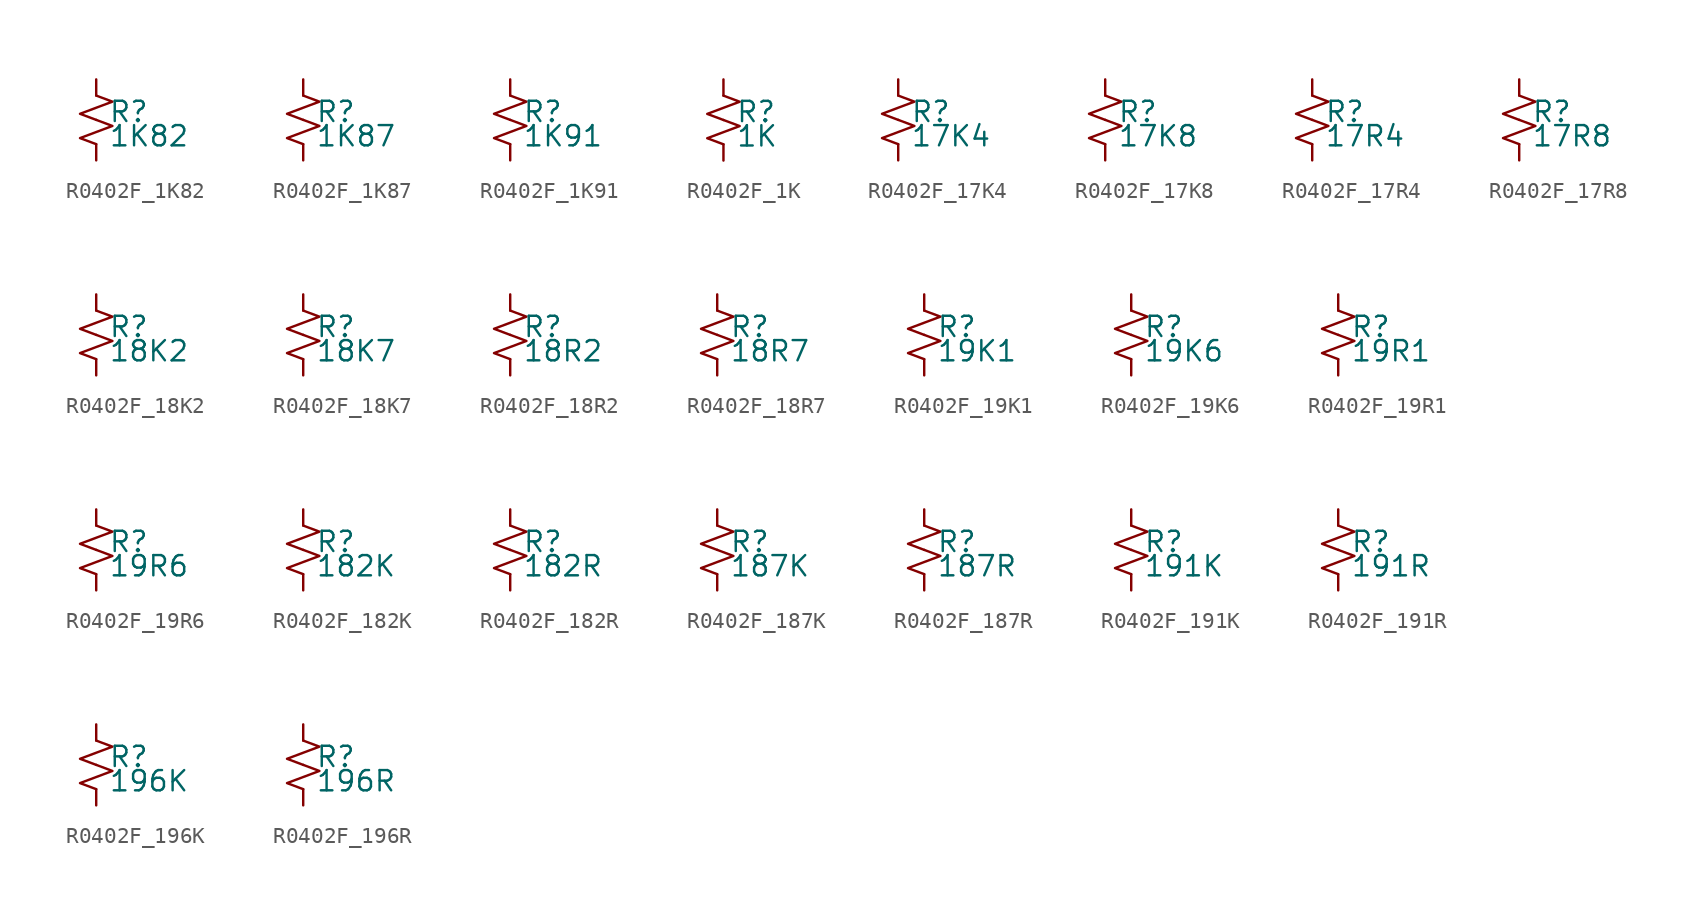
<source format=kicad_sym>
(kicad_symbol_lib
  (version 20220914)
  (generator kicad_symbol_editor)
  (symbol "R0402F_1K82"
    (pin_numbers hide)
    (pin_names
      (offset 0.254) hide)
    (property "Reference" "R"
      (at 0.762 0.508 0)
      (effects (font (size 1.27 1.27)) (justify left)))
    (property "Value" "1K82"
      (at 0.762 -1.016 0)
      (effects (font (size 1.27 1.27)) (justify left)))
    (symbol "R0402F_1K82_1_1"
      (polyline (pts (xy 0 0) (xy 1.016 -0.381) (xy 0 -0.762) (xy -1.016 -1.143) (xy 0 -1.524)) (stroke (width 0) (type default)) (fill (type none)))
      (polyline (pts (xy 0 1.524) (xy 1.016 1.143) (xy 0 0.762) (xy -1.016 0.381) (xy 0 0)) (stroke (width 0) (type default)) (fill (type none)))
      (pin passive line (at 0 2.54 270) (length 1.016) (name "~" (effects (font (size 1.27 1.27)))) (number "1" (effects (font (size 1.27 1.27)))))
      (pin passive line (at 0 -2.54 90) (length 1.016) (name "~" (effects (font (size 1.27 1.27)))) (number "2" (effects (font (size 1.27 1.27)))))))
  (symbol "R0402F_1K87"
    (pin_numbers hide)
    (pin_names
      (offset 0.254) hide)
    (property "Reference" "R"
      (at 0.762 0.508 0)
      (effects (font (size 1.27 1.27)) (justify left)))
    (property "Value" "1K87"
      (at 0.762 -1.016 0)
      (effects (font (size 1.27 1.27)) (justify left)))
    (symbol "R0402F_1K87_1_1"
      (polyline (pts (xy 0 0) (xy 1.016 -0.381) (xy 0 -0.762) (xy -1.016 -1.143) (xy 0 -1.524)) (stroke (width 0) (type default)) (fill (type none)))
      (polyline (pts (xy 0 1.524) (xy 1.016 1.143) (xy 0 0.762) (xy -1.016 0.381) (xy 0 0)) (stroke (width 0) (type default)) (fill (type none)))
      (pin passive line (at 0 2.54 270) (length 1.016) (name "~" (effects (font (size 1.27 1.27)))) (number "1" (effects (font (size 1.27 1.27)))))
      (pin passive line (at 0 -2.54 90) (length 1.016) (name "~" (effects (font (size 1.27 1.27)))) (number "2" (effects (font (size 1.27 1.27)))))))
  (symbol "R0402F_1K91"
    (pin_numbers hide)
    (pin_names
      (offset 0.254) hide)
    (property "Reference" "R"
      (at 0.762 0.508 0)
      (effects (font (size 1.27 1.27)) (justify left)))
    (property "Value" "1K91"
      (at 0.762 -1.016 0)
      (effects (font (size 1.27 1.27)) (justify left)))
    (symbol "R0402F_1K91_1_1"
      (polyline (pts (xy 0 0) (xy 1.016 -0.381) (xy 0 -0.762) (xy -1.016 -1.143) (xy 0 -1.524)) (stroke (width 0) (type default)) (fill (type none)))
      (polyline (pts (xy 0 1.524) (xy 1.016 1.143) (xy 0 0.762) (xy -1.016 0.381) (xy 0 0)) (stroke (width 0) (type default)) (fill (type none)))
      (pin passive line (at 0 2.54 270) (length 1.016) (name "~" (effects (font (size 1.27 1.27)))) (number "1" (effects (font (size 1.27 1.27)))))
      (pin passive line (at 0 -2.54 90) (length 1.016) (name "~" (effects (font (size 1.27 1.27)))) (number "2" (effects (font (size 1.27 1.27)))))))
  (symbol "R0402F_1K"
    (pin_numbers hide)
    (pin_names
      (offset 0.254) hide)
    (property "Reference" "R"
      (at 0.762 0.508 0)
      (effects (font (size 1.27 1.27)) (justify left)))
    (property "Value" "1K"
      (at 0.762 -1.016 0)
      (effects (font (size 1.27 1.27)) (justify left)))
    (symbol "R0402F_1K_1_1"
      (polyline (pts (xy 0 0) (xy 1.016 -0.381) (xy 0 -0.762) (xy -1.016 -1.143) (xy 0 -1.524)) (stroke (width 0) (type default)) (fill (type none)))
      (polyline (pts (xy 0 1.524) (xy 1.016 1.143) (xy 0 0.762) (xy -1.016 0.381) (xy 0 0)) (stroke (width 0) (type default)) (fill (type none)))
      (pin passive line (at 0 2.54 270) (length 1.016) (name "~" (effects (font (size 1.27 1.27)))) (number "1" (effects (font (size 1.27 1.27)))))
      (pin passive line (at 0 -2.54 90) (length 1.016) (name "~" (effects (font (size 1.27 1.27)))) (number "2" (effects (font (size 1.27 1.27)))))))
  (symbol "R0402F_17K4"
    (pin_numbers hide)
    (pin_names
      (offset 0.254) hide)
    (property "Reference" "R"
      (at 0.762 0.508 0)
      (effects (font (size 1.27 1.27)) (justify left)))
    (property "Value" "17K4"
      (at 0.762 -1.016 0)
      (effects (font (size 1.27 1.27)) (justify left)))
    (symbol "R0402F_17K4_1_1"
      (polyline (pts (xy 0 0) (xy 1.016 -0.381) (xy 0 -0.762) (xy -1.016 -1.143) (xy 0 -1.524)) (stroke (width 0) (type default)) (fill (type none)))
      (polyline (pts (xy 0 1.524) (xy 1.016 1.143) (xy 0 0.762) (xy -1.016 0.381) (xy 0 0)) (stroke (width 0) (type default)) (fill (type none)))
      (pin passive line (at 0 2.54 270) (length 1.016) (name "~" (effects (font (size 1.27 1.27)))) (number "1" (effects (font (size 1.27 1.27)))))
      (pin passive line (at 0 -2.54 90) (length 1.016) (name "~" (effects (font (size 1.27 1.27)))) (number "2" (effects (font (size 1.27 1.27)))))))
  (symbol "R0402F_17K8"
    (pin_numbers hide)
    (pin_names
      (offset 0.254) hide)
    (property "Reference" "R"
      (at 0.762 0.508 0)
      (effects (font (size 1.27 1.27)) (justify left)))
    (property "Value" "17K8"
      (at 0.762 -1.016 0)
      (effects (font (size 1.27 1.27)) (justify left)))
    (symbol "R0402F_17K8_1_1"
      (polyline (pts (xy 0 0) (xy 1.016 -0.381) (xy 0 -0.762) (xy -1.016 -1.143) (xy 0 -1.524)) (stroke (width 0) (type default)) (fill (type none)))
      (polyline (pts (xy 0 1.524) (xy 1.016 1.143) (xy 0 0.762) (xy -1.016 0.381) (xy 0 0)) (stroke (width 0) (type default)) (fill (type none)))
      (pin passive line (at 0 2.54 270) (length 1.016) (name "~" (effects (font (size 1.27 1.27)))) (number "1" (effects (font (size 1.27 1.27)))))
      (pin passive line (at 0 -2.54 90) (length 1.016) (name "~" (effects (font (size 1.27 1.27)))) (number "2" (effects (font (size 1.27 1.27)))))))
  (symbol "R0402F_17R4"
    (pin_numbers hide)
    (pin_names
      (offset 0.254) hide)
    (property "Reference" "R"
      (at 0.762 0.508 0)
      (effects (font (size 1.27 1.27)) (justify left)))
    (property "Value" "17R4"
      (at 0.762 -1.016 0)
      (effects (font (size 1.27 1.27)) (justify left)))
    (symbol "R0402F_17R4_1_1"
      (polyline (pts (xy 0 0) (xy 1.016 -0.381) (xy 0 -0.762) (xy -1.016 -1.143) (xy 0 -1.524)) (stroke (width 0) (type default)) (fill (type none)))
      (polyline (pts (xy 0 1.524) (xy 1.016 1.143) (xy 0 0.762) (xy -1.016 0.381) (xy 0 0)) (stroke (width 0) (type default)) (fill (type none)))
      (pin passive line (at 0 2.54 270) (length 1.016) (name "~" (effects (font (size 1.27 1.27)))) (number "1" (effects (font (size 1.27 1.27)))))
      (pin passive line (at 0 -2.54 90) (length 1.016) (name "~" (effects (font (size 1.27 1.27)))) (number "2" (effects (font (size 1.27 1.27)))))))
  (symbol "R0402F_17R8"
    (pin_numbers hide)
    (pin_names
      (offset 0.254) hide)
    (property "Reference" "R"
      (at 0.762 0.508 0)
      (effects (font (size 1.27 1.27)) (justify left)))
    (property "Value" "17R8"
      (at 0.762 -1.016 0)
      (effects (font (size 1.27 1.27)) (justify left)))
    (symbol "R0402F_17R8_1_1"
      (polyline (pts (xy 0 0) (xy 1.016 -0.381) (xy 0 -0.762) (xy -1.016 -1.143) (xy 0 -1.524)) (stroke (width 0) (type default)) (fill (type none)))
      (polyline (pts (xy 0 1.524) (xy 1.016 1.143) (xy 0 0.762) (xy -1.016 0.381) (xy 0 0)) (stroke (width 0) (type default)) (fill (type none)))
      (pin passive line (at 0 2.54 270) (length 1.016) (name "~" (effects (font (size 1.27 1.27)))) (number "1" (effects (font (size 1.27 1.27)))))
      (pin passive line (at 0 -2.54 90) (length 1.016) (name "~" (effects (font (size 1.27 1.27)))) (number "2" (effects (font (size 1.27 1.27)))))))
  (symbol "R0402F_18K2"
    (pin_numbers hide)
    (pin_names
      (offset 0.254) hide)
    (property "Reference" "R"
      (at 0.762 0.508 0)
      (effects (font (size 1.27 1.27)) (justify left)))
    (property "Value" "18K2"
      (at 0.762 -1.016 0)
      (effects (font (size 1.27 1.27)) (justify left)))
    (symbol "R0402F_18K2_1_1"
      (polyline (pts (xy 0 0) (xy 1.016 -0.381) (xy 0 -0.762) (xy -1.016 -1.143) (xy 0 -1.524)) (stroke (width 0) (type default)) (fill (type none)))
      (polyline (pts (xy 0 1.524) (xy 1.016 1.143) (xy 0 0.762) (xy -1.016 0.381) (xy 0 0)) (stroke (width 0) (type default)) (fill (type none)))
      (pin passive line (at 0 2.54 270) (length 1.016) (name "~" (effects (font (size 1.27 1.27)))) (number "1" (effects (font (size 1.27 1.27)))))
      (pin passive line (at 0 -2.54 90) (length 1.016) (name "~" (effects (font (size 1.27 1.27)))) (number "2" (effects (font (size 1.27 1.27)))))))
  (symbol "R0402F_18K7"
    (pin_numbers hide)
    (pin_names
      (offset 0.254) hide)
    (property "Reference" "R"
      (at 0.762 0.508 0)
      (effects (font (size 1.27 1.27)) (justify left)))
    (property "Value" "18K7"
      (at 0.762 -1.016 0)
      (effects (font (size 1.27 1.27)) (justify left)))
    (symbol "R0402F_18K7_1_1"
      (polyline (pts (xy 0 0) (xy 1.016 -0.381) (xy 0 -0.762) (xy -1.016 -1.143) (xy 0 -1.524)) (stroke (width 0) (type default)) (fill (type none)))
      (polyline (pts (xy 0 1.524) (xy 1.016 1.143) (xy 0 0.762) (xy -1.016 0.381) (xy 0 0)) (stroke (width 0) (type default)) (fill (type none)))
      (pin passive line (at 0 2.54 270) (length 1.016) (name "~" (effects (font (size 1.27 1.27)))) (number "1" (effects (font (size 1.27 1.27)))))
      (pin passive line (at 0 -2.54 90) (length 1.016) (name "~" (effects (font (size 1.27 1.27)))) (number "2" (effects (font (size 1.27 1.27)))))))
  (symbol "R0402F_18R2"
    (pin_numbers hide)
    (pin_names
      (offset 0.254) hide)
    (property "Reference" "R"
      (at 0.762 0.508 0)
      (effects (font (size 1.27 1.27)) (justify left)))
    (property "Value" "18R2"
      (at 0.762 -1.016 0)
      (effects (font (size 1.27 1.27)) (justify left)))
    (symbol "R0402F_18R2_1_1"
      (polyline (pts (xy 0 0) (xy 1.016 -0.381) (xy 0 -0.762) (xy -1.016 -1.143) (xy 0 -1.524)) (stroke (width 0) (type default)) (fill (type none)))
      (polyline (pts (xy 0 1.524) (xy 1.016 1.143) (xy 0 0.762) (xy -1.016 0.381) (xy 0 0)) (stroke (width 0) (type default)) (fill (type none)))
      (pin passive line (at 0 2.54 270) (length 1.016) (name "~" (effects (font (size 1.27 1.27)))) (number "1" (effects (font (size 1.27 1.27)))))
      (pin passive line (at 0 -2.54 90) (length 1.016) (name "~" (effects (font (size 1.27 1.27)))) (number "2" (effects (font (size 1.27 1.27)))))))
  (symbol "R0402F_18R7"
    (pin_numbers hide)
    (pin_names
      (offset 0.254) hide)
    (property "Reference" "R"
      (at 0.762 0.508 0)
      (effects (font (size 1.27 1.27)) (justify left)))
    (property "Value" "18R7"
      (at 0.762 -1.016 0)
      (effects (font (size 1.27 1.27)) (justify left)))
    (symbol "R0402F_18R7_1_1"
      (polyline (pts (xy 0 0) (xy 1.016 -0.381) (xy 0 -0.762) (xy -1.016 -1.143) (xy 0 -1.524)) (stroke (width 0) (type default)) (fill (type none)))
      (polyline (pts (xy 0 1.524) (xy 1.016 1.143) (xy 0 0.762) (xy -1.016 0.381) (xy 0 0)) (stroke (width 0) (type default)) (fill (type none)))
      (pin passive line (at 0 2.54 270) (length 1.016) (name "~" (effects (font (size 1.27 1.27)))) (number "1" (effects (font (size 1.27 1.27)))))
      (pin passive line (at 0 -2.54 90) (length 1.016) (name "~" (effects (font (size 1.27 1.27)))) (number "2" (effects (font (size 1.27 1.27)))))))
  (symbol "R0402F_19K1"
    (pin_numbers hide)
    (pin_names
      (offset 0.254) hide)
    (property "Reference" "R"
      (at 0.762 0.508 0)
      (effects (font (size 1.27 1.27)) (justify left)))
    (property "Value" "19K1"
      (at 0.762 -1.016 0)
      (effects (font (size 1.27 1.27)) (justify left)))
    (symbol "R0402F_19K1_1_1"
      (polyline (pts (xy 0 0) (xy 1.016 -0.381) (xy 0 -0.762) (xy -1.016 -1.143) (xy 0 -1.524)) (stroke (width 0) (type default)) (fill (type none)))
      (polyline (pts (xy 0 1.524) (xy 1.016 1.143) (xy 0 0.762) (xy -1.016 0.381) (xy 0 0)) (stroke (width 0) (type default)) (fill (type none)))
      (pin passive line (at 0 2.54 270) (length 1.016) (name "~" (effects (font (size 1.27 1.27)))) (number "1" (effects (font (size 1.27 1.27)))))
      (pin passive line (at 0 -2.54 90) (length 1.016) (name "~" (effects (font (size 1.27 1.27)))) (number "2" (effects (font (size 1.27 1.27)))))))
  (symbol "R0402F_19K6"
    (pin_numbers hide)
    (pin_names
      (offset 0.254) hide)
    (property "Reference" "R"
      (at 0.762 0.508 0)
      (effects (font (size 1.27 1.27)) (justify left)))
    (property "Value" "19K6"
      (at 0.762 -1.016 0)
      (effects (font (size 1.27 1.27)) (justify left)))
    (symbol "R0402F_19K6_1_1"
      (polyline (pts (xy 0 0) (xy 1.016 -0.381) (xy 0 -0.762) (xy -1.016 -1.143) (xy 0 -1.524)) (stroke (width 0) (type default)) (fill (type none)))
      (polyline (pts (xy 0 1.524) (xy 1.016 1.143) (xy 0 0.762) (xy -1.016 0.381) (xy 0 0)) (stroke (width 0) (type default)) (fill (type none)))
      (pin passive line (at 0 2.54 270) (length 1.016) (name "~" (effects (font (size 1.27 1.27)))) (number "1" (effects (font (size 1.27 1.27)))))
      (pin passive line (at 0 -2.54 90) (length 1.016) (name "~" (effects (font (size 1.27 1.27)))) (number "2" (effects (font (size 1.27 1.27)))))))
  (symbol "R0402F_19R1"
    (pin_numbers hide)
    (pin_names
      (offset 0.254) hide)
    (property "Reference" "R"
      (at 0.762 0.508 0)
      (effects (font (size 1.27 1.27)) (justify left)))
    (property "Value" "19R1"
      (at 0.762 -1.016 0)
      (effects (font (size 1.27 1.27)) (justify left)))
    (symbol "R0402F_19R1_1_1"
      (polyline (pts (xy 0 0) (xy 1.016 -0.381) (xy 0 -0.762) (xy -1.016 -1.143) (xy 0 -1.524)) (stroke (width 0) (type default)) (fill (type none)))
      (polyline (pts (xy 0 1.524) (xy 1.016 1.143) (xy 0 0.762) (xy -1.016 0.381) (xy 0 0)) (stroke (width 0) (type default)) (fill (type none)))
      (pin passive line (at 0 2.54 270) (length 1.016) (name "~" (effects (font (size 1.27 1.27)))) (number "1" (effects (font (size 1.27 1.27)))))
      (pin passive line (at 0 -2.54 90) (length 1.016) (name "~" (effects (font (size 1.27 1.27)))) (number "2" (effects (font (size 1.27 1.27)))))))
  (symbol "R0402F_19R6"
    (pin_numbers hide)
    (pin_names
      (offset 0.254) hide)
    (property "Reference" "R"
      (at 0.762 0.508 0)
      (effects (font (size 1.27 1.27)) (justify left)))
    (property "Value" "19R6"
      (at 0.762 -1.016 0)
      (effects (font (size 1.27 1.27)) (justify left)))
    (symbol "R0402F_19R6_1_1"
      (polyline (pts (xy 0 0) (xy 1.016 -0.381) (xy 0 -0.762) (xy -1.016 -1.143) (xy 0 -1.524)) (stroke (width 0) (type default)) (fill (type none)))
      (polyline (pts (xy 0 1.524) (xy 1.016 1.143) (xy 0 0.762) (xy -1.016 0.381) (xy 0 0)) (stroke (width 0) (type default)) (fill (type none)))
      (pin passive line (at 0 2.54 270) (length 1.016) (name "~" (effects (font (size 1.27 1.27)))) (number "1" (effects (font (size 1.27 1.27)))))
      (pin passive line (at 0 -2.54 90) (length 1.016) (name "~" (effects (font (size 1.27 1.27)))) (number "2" (effects (font (size 1.27 1.27)))))))
  (symbol "R0402F_182K"
    (pin_numbers hide)
    (pin_names
      (offset 0.254) hide)
    (property "Reference" "R"
      (at 0.762 0.508 0)
      (effects (font (size 1.27 1.27)) (justify left)))
    (property "Value" "182K"
      (at 0.762 -1.016 0)
      (effects (font (size 1.27 1.27)) (justify left)))
    (symbol "R0402F_182K_1_1"
      (polyline (pts (xy 0 0) (xy 1.016 -0.381) (xy 0 -0.762) (xy -1.016 -1.143) (xy 0 -1.524)) (stroke (width 0) (type default)) (fill (type none)))
      (polyline (pts (xy 0 1.524) (xy 1.016 1.143) (xy 0 0.762) (xy -1.016 0.381) (xy 0 0)) (stroke (width 0) (type default)) (fill (type none)))
      (pin passive line (at 0 2.54 270) (length 1.016) (name "~" (effects (font (size 1.27 1.27)))) (number "1" (effects (font (size 1.27 1.27)))))
      (pin passive line (at 0 -2.54 90) (length 1.016) (name "~" (effects (font (size 1.27 1.27)))) (number "2" (effects (font (size 1.27 1.27)))))))
  (symbol "R0402F_182R"
    (pin_numbers hide)
    (pin_names
      (offset 0.254) hide)
    (property "Reference" "R"
      (at 0.762 0.508 0)
      (effects (font (size 1.27 1.27)) (justify left)))
    (property "Value" "182R"
      (at 0.762 -1.016 0)
      (effects (font (size 1.27 1.27)) (justify left)))
    (symbol "R0402F_182R_1_1"
      (polyline (pts (xy 0 0) (xy 1.016 -0.381) (xy 0 -0.762) (xy -1.016 -1.143) (xy 0 -1.524)) (stroke (width 0) (type default)) (fill (type none)))
      (polyline (pts (xy 0 1.524) (xy 1.016 1.143) (xy 0 0.762) (xy -1.016 0.381) (xy 0 0)) (stroke (width 0) (type default)) (fill (type none)))
      (pin passive line (at 0 2.54 270) (length 1.016) (name "~" (effects (font (size 1.27 1.27)))) (number "1" (effects (font (size 1.27 1.27)))))
      (pin passive line (at 0 -2.54 90) (length 1.016) (name "~" (effects (font (size 1.27 1.27)))) (number "2" (effects (font (size 1.27 1.27)))))))
  (symbol "R0402F_187K"
    (pin_numbers hide)
    (pin_names
      (offset 0.254) hide)
    (property "Reference" "R"
      (at 0.762 0.508 0)
      (effects (font (size 1.27 1.27)) (justify left)))
    (property "Value" "187K"
      (at 0.762 -1.016 0)
      (effects (font (size 1.27 1.27)) (justify left)))
    (symbol "R0402F_187K_1_1"
      (polyline (pts (xy 0 0) (xy 1.016 -0.381) (xy 0 -0.762) (xy -1.016 -1.143) (xy 0 -1.524)) (stroke (width 0) (type default)) (fill (type none)))
      (polyline (pts (xy 0 1.524) (xy 1.016 1.143) (xy 0 0.762) (xy -1.016 0.381) (xy 0 0)) (stroke (width 0) (type default)) (fill (type none)))
      (pin passive line (at 0 2.54 270) (length 1.016) (name "~" (effects (font (size 1.27 1.27)))) (number "1" (effects (font (size 1.27 1.27)))))
      (pin passive line (at 0 -2.54 90) (length 1.016) (name "~" (effects (font (size 1.27 1.27)))) (number "2" (effects (font (size 1.27 1.27)))))))
  (symbol "R0402F_187R"
    (pin_numbers hide)
    (pin_names
      (offset 0.254) hide)
    (property "Reference" "R"
      (at 0.762 0.508 0)
      (effects (font (size 1.27 1.27)) (justify left)))
    (property "Value" "187R"
      (at 0.762 -1.016 0)
      (effects (font (size 1.27 1.27)) (justify left)))
    (symbol "R0402F_187R_1_1"
      (polyline (pts (xy 0 0) (xy 1.016 -0.381) (xy 0 -0.762) (xy -1.016 -1.143) (xy 0 -1.524)) (stroke (width 0) (type default)) (fill (type none)))
      (polyline (pts (xy 0 1.524) (xy 1.016 1.143) (xy 0 0.762) (xy -1.016 0.381) (xy 0 0)) (stroke (width 0) (type default)) (fill (type none)))
      (pin passive line (at 0 2.54 270) (length 1.016) (name "~" (effects (font (size 1.27 1.27)))) (number "1" (effects (font (size 1.27 1.27)))))
      (pin passive line (at 0 -2.54 90) (length 1.016) (name "~" (effects (font (size 1.27 1.27)))) (number "2" (effects (font (size 1.27 1.27)))))))
  (symbol "R0402F_191K"
    (pin_numbers hide)
    (pin_names
      (offset 0.254) hide)
    (property "Reference" "R"
      (at 0.762 0.508 0)
      (effects (font (size 1.27 1.27)) (justify left)))
    (property "Value" "191K"
      (at 0.762 -1.016 0)
      (effects (font (size 1.27 1.27)) (justify left)))
    (symbol "R0402F_191K_1_1"
      (polyline (pts (xy 0 0) (xy 1.016 -0.381) (xy 0 -0.762) (xy -1.016 -1.143) (xy 0 -1.524)) (stroke (width 0) (type default)) (fill (type none)))
      (polyline (pts (xy 0 1.524) (xy 1.016 1.143) (xy 0 0.762) (xy -1.016 0.381) (xy 0 0)) (stroke (width 0) (type default)) (fill (type none)))
      (pin passive line (at 0 2.54 270) (length 1.016) (name "~" (effects (font (size 1.27 1.27)))) (number "1" (effects (font (size 1.27 1.27)))))
      (pin passive line (at 0 -2.54 90) (length 1.016) (name "~" (effects (font (size 1.27 1.27)))) (number "2" (effects (font (size 1.27 1.27)))))))
  (symbol "R0402F_191R"
    (pin_numbers hide)
    (pin_names
      (offset 0.254) hide)
    (property "Reference" "R"
      (at 0.762 0.508 0)
      (effects (font (size 1.27 1.27)) (justify left)))
    (property "Value" "191R"
      (at 0.762 -1.016 0)
      (effects (font (size 1.27 1.27)) (justify left)))
    (symbol "R0402F_191R_1_1"
      (polyline (pts (xy 0 0) (xy 1.016 -0.381) (xy 0 -0.762) (xy -1.016 -1.143) (xy 0 -1.524)) (stroke (width 0) (type default)) (fill (type none)))
      (polyline (pts (xy 0 1.524) (xy 1.016 1.143) (xy 0 0.762) (xy -1.016 0.381) (xy 0 0)) (stroke (width 0) (type default)) (fill (type none)))
      (pin passive line (at 0 2.54 270) (length 1.016) (name "~" (effects (font (size 1.27 1.27)))) (number "1" (effects (font (size 1.27 1.27)))))
      (pin passive line (at 0 -2.54 90) (length 1.016) (name "~" (effects (font (size 1.27 1.27)))) (number "2" (effects (font (size 1.27 1.27)))))))
  (symbol "R0402F_196K"
    (pin_numbers hide)
    (pin_names
      (offset 0.254) hide)
    (property "Reference" "R"
      (at 0.762 0.508 0)
      (effects (font (size 1.27 1.27)) (justify left)))
    (property "Value" "196K"
      (at 0.762 -1.016 0)
      (effects (font (size 1.27 1.27)) (justify left)))
    (symbol "R0402F_196K_1_1"
      (polyline (pts (xy 0 0) (xy 1.016 -0.381) (xy 0 -0.762) (xy -1.016 -1.143) (xy 0 -1.524)) (stroke (width 0) (type default)) (fill (type none)))
      (polyline (pts (xy 0 1.524) (xy 1.016 1.143) (xy 0 0.762) (xy -1.016 0.381) (xy 0 0)) (stroke (width 0) (type default)) (fill (type none)))
      (pin passive line (at 0 2.54 270) (length 1.016) (name "~" (effects (font (size 1.27 1.27)))) (number "1" (effects (font (size 1.27 1.27)))))
      (pin passive line (at 0 -2.54 90) (length 1.016) (name "~" (effects (font (size 1.27 1.27)))) (number "2" (effects (font (size 1.27 1.27)))))))
  (symbol "R0402F_196R"
    (pin_numbers hide)
    (pin_names
      (offset 0.254) hide)
    (property "Reference" "R"
      (at 0.762 0.508 0)
      (effects (font (size 1.27 1.27)) (justify left)))
    (property "Value" "196R"
      (at 0.762 -1.016 0)
      (effects (font (size 1.27 1.27)) (justify left)))
    (symbol "R0402F_196R_1_1"
      (polyline (pts (xy 0 0) (xy 1.016 -0.381) (xy 0 -0.762) (xy -1.016 -1.143) (xy 0 -1.524)) (stroke (width 0) (type default)) (fill (type none)))
      (polyline (pts (xy 0 1.524) (xy 1.016 1.143) (xy 0 0.762) (xy -1.016 0.381) (xy 0 0)) (stroke (width 0) (type default)) (fill (type none)))
      (pin passive line (at 0 2.54 270) (length 1.016) (name "~" (effects (font (size 1.27 1.27)))) (number "1" (effects (font (size 1.27 1.27)))))
      (pin passive line (at 0 -2.54 90) (length 1.016) (name "~" (effects (font (size 1.27 1.27)))) (number "2" (effects (font (size 1.27 1.27))))))))
</source>
